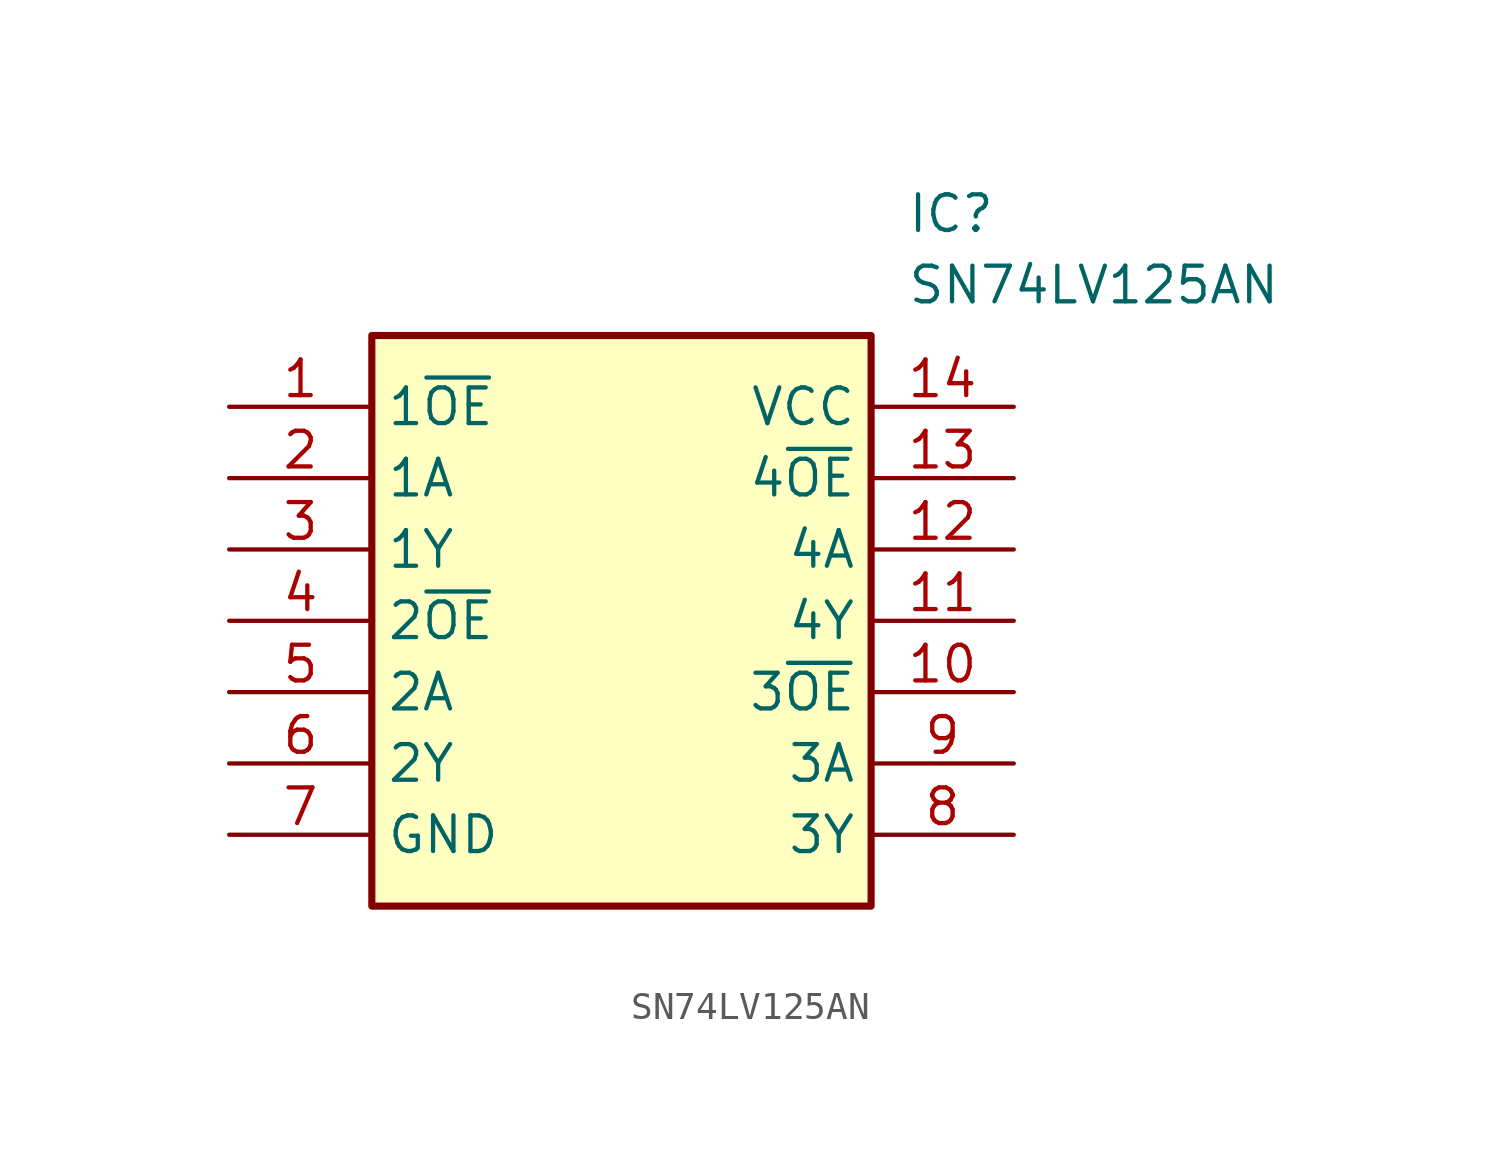
<source format=kicad_sym>
(kicad_symbol_lib
  (version 20211014)
  (generator SamacSys_ECAD_Model)
  (symbol "SN74LV125AN"
    (property "Reference" "IC"
      (at 24.13 7.62 0)
      (effects (font (size 1.27 1.27)) (justify left top)))
    (property "Value" "SN74LV125AN"
      (at 24.13 5.08 0)
      (effects (font (size 1.27 1.27)) (justify left top)))
    (rectangle
      (start 5.08 2.54)
      (end 22.86 -17.78)
      (stroke (width 0.254) (type default))
      (fill (type background)))
    (pin passive line
      (at 0 0 0)
      (length 5.08)
      (name "1~{OE}" (effects (font (size 1.27 1.27))))
      (number "1" (effects (font (size 1.27 1.27)))))
    (pin passive line
      (at 0 -2.54 0)
      (length 5.08)
      (name "1A" (effects (font (size 1.27 1.27))))
      (number "2" (effects (font (size 1.27 1.27)))))
    (pin passive line
      (at 0 -5.08 0)
      (length 5.08)
      (name "1Y" (effects (font (size 1.27 1.27))))
      (number "3" (effects (font (size 1.27 1.27)))))
    (pin passive line
      (at 0 -7.62 0)
      (length 5.08)
      (name "2~{OE}" (effects (font (size 1.27 1.27))))
      (number "4" (effects (font (size 1.27 1.27)))))
    (pin passive line
      (at 0 -10.16 0)
      (length 5.08)
      (name "2A" (effects (font (size 1.27 1.27))))
      (number "5" (effects (font (size 1.27 1.27)))))
    (pin passive line
      (at 0 -12.7 0)
      (length 5.08)
      (name "2Y" (effects (font (size 1.27 1.27))))
      (number "6" (effects (font (size 1.27 1.27)))))
    (pin passive line
      (at 0 -15.24 0)
      (length 5.08)
      (name "GND" (effects (font (size 1.27 1.27))))
      (number "7" (effects (font (size 1.27 1.27)))))
    (pin passive line
      (at 27.94 0 180)
      (length 5.08)
      (name "VCC" (effects (font (size 1.27 1.27))))
      (number "14" (effects (font (size 1.27 1.27)))))
    (pin passive line
      (at 27.94 -2.54 180)
      (length 5.08)
      (name "4~{OE}" (effects (font (size 1.27 1.27))))
      (number "13" (effects (font (size 1.27 1.27)))))
    (pin passive line
      (at 27.94 -5.08 180)
      (length 5.08)
      (name "4A" (effects (font (size 1.27 1.27))))
      (number "12" (effects (font (size 1.27 1.27)))))
    (pin passive line
      (at 27.94 -7.62 180)
      (length 5.08)
      (name "4Y" (effects (font (size 1.27 1.27))))
      (number "11" (effects (font (size 1.27 1.27)))))
    (pin passive line
      (at 27.94 -10.16 180)
      (length 5.08)
      (name "3~{OE}" (effects (font (size 1.27 1.27))))
      (number "10" (effects (font (size 1.27 1.27)))))
    (pin passive line
      (at 27.94 -12.7 180)
      (length 5.08)
      (name "3A" (effects (font (size 1.27 1.27))))
      (number "9" (effects (font (size 1.27 1.27)))))
    (pin passive line
      (at 27.94 -15.24 180)
      (length 5.08)
      (name "3Y" (effects (font (size 1.27 1.27))))
      (number "8" (effects (font (size 1.27 1.27)))))))
</source>
